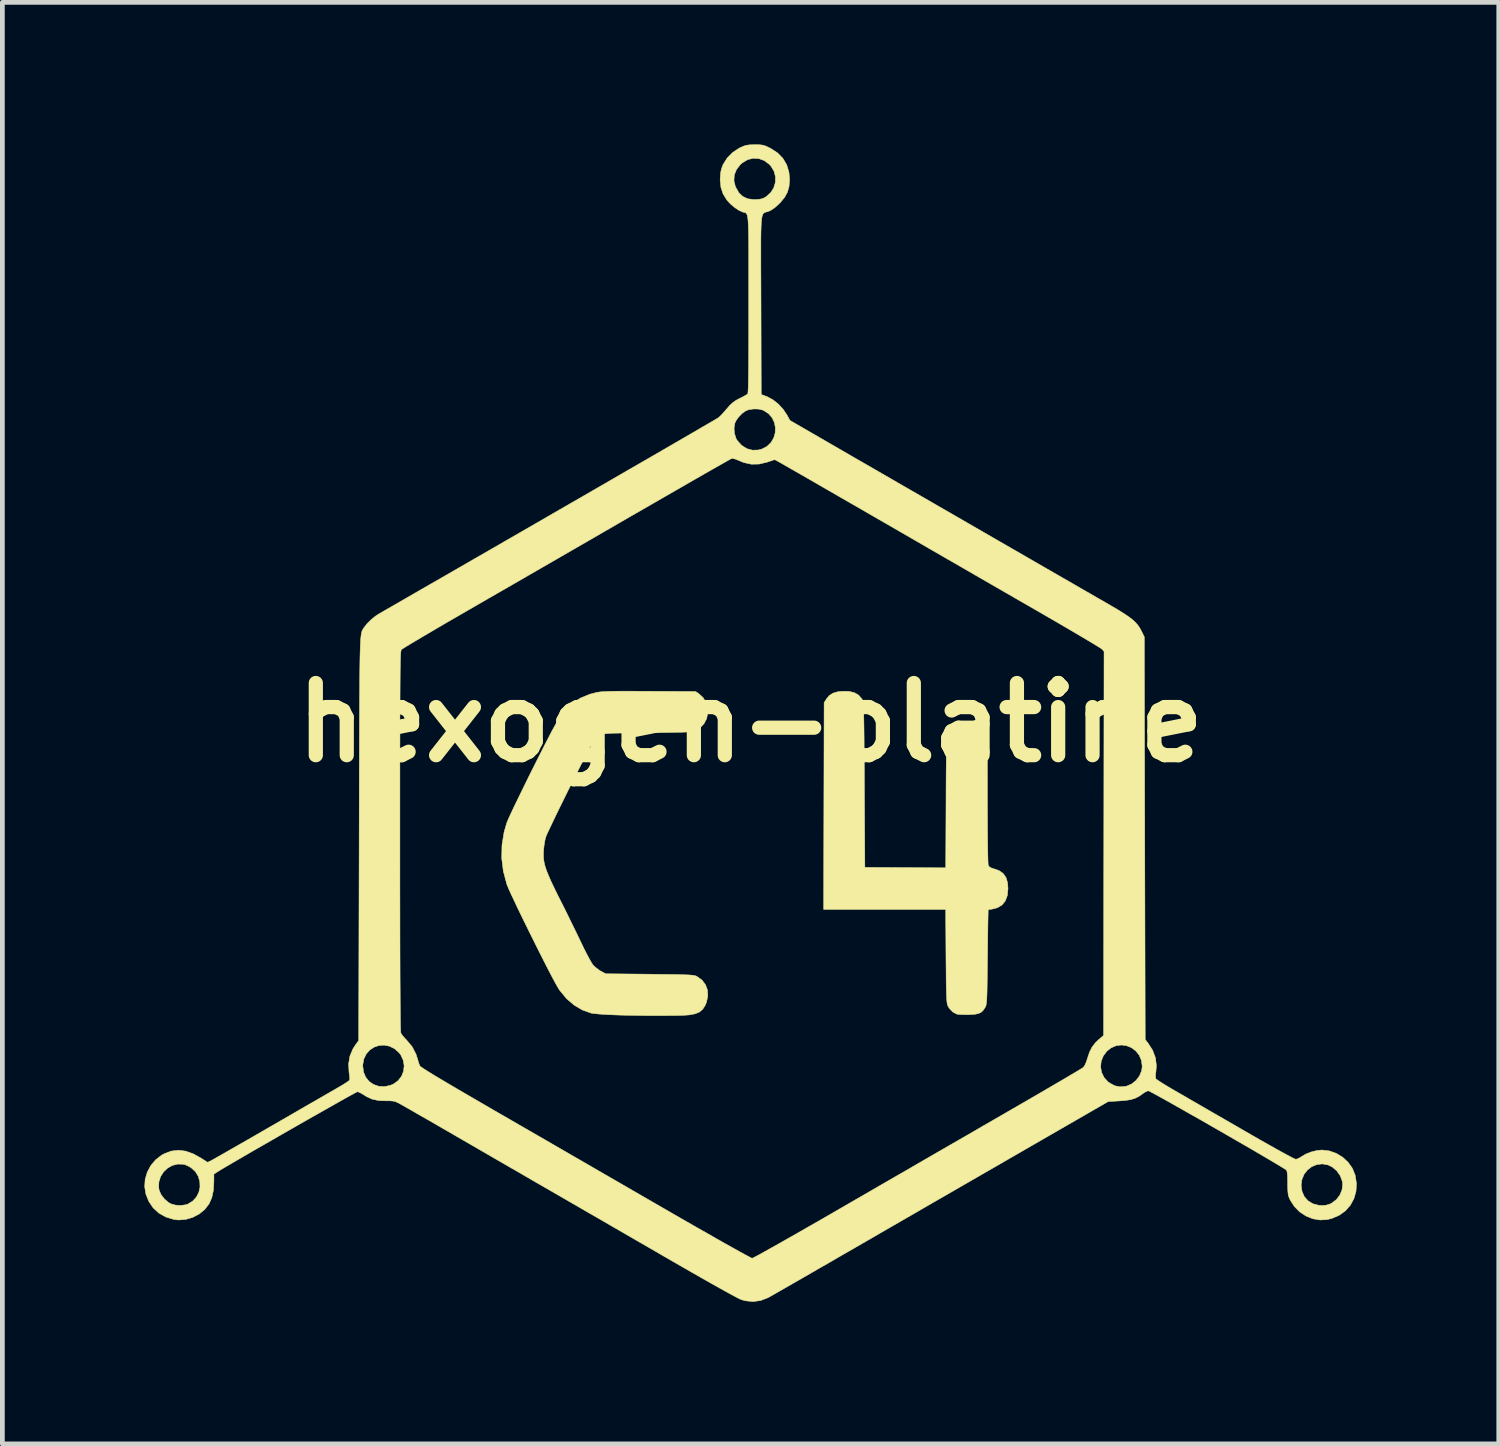
<source format=kicad_pcb>
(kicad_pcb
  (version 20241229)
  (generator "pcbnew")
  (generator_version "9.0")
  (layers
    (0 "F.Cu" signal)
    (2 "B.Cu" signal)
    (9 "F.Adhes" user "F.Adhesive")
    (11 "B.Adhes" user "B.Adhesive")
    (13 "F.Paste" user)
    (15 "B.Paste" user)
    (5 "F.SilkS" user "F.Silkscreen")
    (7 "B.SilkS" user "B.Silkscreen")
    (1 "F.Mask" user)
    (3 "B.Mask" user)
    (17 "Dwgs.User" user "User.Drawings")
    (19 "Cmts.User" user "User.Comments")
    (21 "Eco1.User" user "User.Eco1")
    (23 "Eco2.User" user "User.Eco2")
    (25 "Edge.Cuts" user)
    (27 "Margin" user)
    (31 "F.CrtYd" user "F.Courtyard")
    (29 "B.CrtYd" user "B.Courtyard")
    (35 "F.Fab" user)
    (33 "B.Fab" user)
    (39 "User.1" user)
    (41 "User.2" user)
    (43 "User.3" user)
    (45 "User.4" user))
  (footprint "hexogen-platine"
    (layer "F.Cu")
    (at 12.799 12.207)
    (property "Reference" "hexogen-platine" (at 0 0 0) (layer "F.SilkS") (effects (font (size 1.524 1.524) (thickness 0.3))))
    (attr through_hole)
    (fp_poly (pts (xy 2.078 -0.658) (xy 2.192 -0.631) (xy 2.281 -0.579) (xy 2.349 -0.501) (xy 2.36 -0.482) (xy 2.366 -0.469) (xy 2.371 -0.451) (xy 2.375 -0.426) (xy 2.379 -0.391) (xy 2.383 -0.345) (xy 2.386 -0.283) (xy 2.389 -0.205) (xy 2.391 -0.107) (xy 2.393 0.013) (xy 2.395 0.158) (xy 2.397 0.329) (xy 2.398 0.53) (xy 2.4 0.762) (xy 2.402 1.029) (xy 2.403 1.319) (xy 2.413 3.058) (xy 3.267 3.063) (xy 4.121 3.068) (xy 4.127 1.734) (xy 4.128 1.472) (xy 4.129 1.246) (xy 4.13 1.054) (xy 4.132 0.891) (xy 4.133 0.757) (xy 4.135 0.647) (xy 4.138 0.559) (xy 4.141 0.489) (xy 4.144 0.436) (xy 4.149 0.396) (xy 4.154 0.366) (xy 4.16 0.343) (xy 4.166 0.325) (xy 4.168 0.322) (xy 4.234 0.212) (xy 4.318 0.136) (xy 4.423 0.092) (xy 4.547 0.078) (xy 4.69 0.091) (xy 4.806 0.13) (xy 4.895 0.196) (xy 4.96 0.29) (xy 4.965 0.302) (xy 4.972 0.32) (xy 4.978 0.341) (xy 4.984 0.368) (xy 4.988 0.404) (xy 4.991 0.453) (xy 4.994 0.517) (xy 4.997 0.598) (xy 4.998 0.701) (xy 5 0.828) (xy 5 0.981) (xy 5.001 1.165) (xy 5.001 1.381) (xy 5.001 1.632) (xy 5.001 1.674) (xy 5.002 1.911) (xy 5.003 2.132) (xy 5.004 2.336) (xy 5.006 2.518) (xy 5.008 2.677) (xy 5.01 2.809) (xy 5.013 2.91) (xy 5.016 2.98) (xy 5.019 3.013) (xy 5.02 3.015) (xy 5.045 3.05) (xy 5.094 3.075) (xy 5.132 3.086) (xy 5.25 3.128) (xy 5.337 3.19) (xy 5.395 3.275) (xy 5.427 3.386) (xy 5.436 3.509) (xy 5.422 3.65) (xy 5.38 3.764) (xy 5.311 3.851) (xy 5.213 3.91) (xy 5.104 3.939) (xy 5.053 3.947) (xy 5.022 3.953) (xy 5.018 3.954) (xy 5.017 3.973) (xy 5.016 4.028) (xy 5.014 4.115) (xy 5.012 4.229) (xy 5.01 4.368) (xy 5.008 4.528) (xy 5.006 4.705) (xy 5.004 4.895) (xy 5.003 4.953) (xy 5.001 5.176) (xy 4.998 5.364) (xy 4.996 5.519) (xy 4.994 5.646) (xy 4.991 5.747) (xy 4.988 5.825) (xy 4.984 5.885) (xy 4.979 5.929) (xy 4.974 5.962) (xy 4.968 5.985) (xy 4.96 6.003) (xy 4.953 6.016) (xy 4.911 6.078) (xy 4.866 6.12) (xy 4.808 6.146) (xy 4.73 6.161) (xy 4.623 6.168) (xy 4.605 6.168) (xy 4.515 6.168) (xy 4.433 6.165) (xy 4.372 6.16) (xy 4.35 6.155) (xy 4.267 6.11) (xy 4.197 6.036) (xy 4.164 5.979) (xy 4.157 5.959) (xy 4.151 5.932) (xy 4.146 5.894) (xy 4.141 5.842) (xy 4.138 5.773) (xy 4.135 5.683) (xy 4.132 5.568) (xy 4.13 5.427) (xy 4.129 5.254) (xy 4.127 5.048) (xy 4.126 4.929) (xy 4.12 3.947) (xy 1.543 3.947) (xy 1.553 -0.42) (xy 1.598 -0.492) (xy 1.659 -0.568) (xy 1.737 -0.619) (xy 1.837 -0.649) (xy 1.935 -0.66) (xy 2.078 -0.658)) (stroke (width 0.01) (type solid)) (fill yes) (layer "F.SilkS"))
    (fp_poly (pts (xy -2.357 -0.661) (xy -2.129 -0.66) (xy -2.128 -0.66) (xy -1.16 -0.655) (xy -1.091 -0.607) (xy -1.003 -0.527) (xy -0.943 -0.424) (xy -0.916 -0.337) (xy -0.904 -0.207) (xy -0.927 -0.084) (xy -0.983 0.024) (xy -1.068 0.113) (xy -1.153 0.164) (xy -1.175 0.174) (xy -1.198 0.182) (xy -1.227 0.188) (xy -1.265 0.194) (xy -1.315 0.198) (xy -1.382 0.202) (xy -1.468 0.205) (xy -1.577 0.207) (xy -1.713 0.21) (xy -1.88 0.212) (xy -2.081 0.214) (xy -2.169 0.215) (xy -2.383 0.217) (xy -2.562 0.219) (xy -2.709 0.221) (xy -2.828 0.224) (xy -2.922 0.226) (xy -2.994 0.23) (xy -3.049 0.234) (xy -3.09 0.238) (xy -3.12 0.244) (xy -3.144 0.252) (xy -3.164 0.261) (xy -3.179 0.268) (xy -3.241 0.31) (xy -3.297 0.361) (xy -3.309 0.376) (xy -3.329 0.409) (xy -3.365 0.473) (xy -3.413 0.564) (xy -3.472 0.678) (xy -3.54 0.812) (xy -3.616 0.96) (xy -3.696 1.119) (xy -3.779 1.285) (xy -3.863 1.454) (xy -3.945 1.621) (xy -4.025 1.783) (xy -4.1 1.936) (xy -4.167 2.076) (xy -4.225 2.198) (xy -4.273 2.299) (xy -4.307 2.374) (xy -4.325 2.419) (xy -4.327 2.425) (xy -4.344 2.497) (xy -4.359 2.589) (xy -4.37 2.684) (xy -4.37 2.696) (xy -4.374 2.78) (xy -4.372 2.859) (xy -4.362 2.938) (xy -4.343 3.022) (xy -4.313 3.115) (xy -4.271 3.221) (xy -4.216 3.347) (xy -4.145 3.496) (xy -4.058 3.673) (xy -4.028 3.732) (xy -3.948 3.89) (xy -3.864 4.06) (xy -3.78 4.232) (xy -3.699 4.397) (xy -3.628 4.544) (xy -3.574 4.656) (xy -3.517 4.775) (xy -3.46 4.887) (xy -3.408 4.985) (xy -3.364 5.062) (xy -3.332 5.112) (xy -3.325 5.121) (xy -3.267 5.176) (xy -3.195 5.23) (xy -3.158 5.252) (xy -3.058 5.305) (xy -2.13 5.314) (xy -1.914 5.317) (xy -1.734 5.319) (xy -1.585 5.321) (xy -1.466 5.324) (xy -1.371 5.327) (xy -1.298 5.33) (xy -1.243 5.334) (xy -1.202 5.339) (xy -1.173 5.345) (xy -1.15 5.353) (xy -1.133 5.361) (xy -1.027 5.437) (xy -0.953 5.534) (xy -0.911 5.646) (xy -0.903 5.77) (xy -0.93 5.902) (xy -0.959 5.973) (xy -1.011 6.054) (xy -1.079 6.112) (xy -1.17 6.15) (xy -1.29 6.173) (xy -1.325 6.176) (xy -1.406 6.181) (xy -1.519 6.185) (xy -1.661 6.187) (xy -1.823 6.188) (xy -2.001 6.189) (xy -2.189 6.188) (xy -2.38 6.185) (xy -2.569 6.182) (xy -2.75 6.178) (xy -2.892 6.173) (xy -3.017 6.168) (xy -3.136 6.16) (xy -3.24 6.152) (xy -3.321 6.143) (xy -3.37 6.135) (xy -3.554 6.069) (xy -3.726 5.967) (xy -3.884 5.832) (xy -4.023 5.664) (xy -4.047 5.631) (xy -4.077 5.58) (xy -4.123 5.498) (xy -4.181 5.39) (xy -4.25 5.259) (xy -4.327 5.109) (xy -4.41 4.946) (xy -4.498 4.772) (xy -4.587 4.592) (xy -4.677 4.411) (xy -4.765 4.232) (xy -4.849 4.06) (xy -4.927 3.899) (xy -4.996 3.752) (xy -5.056 3.625) (xy -5.103 3.522) (xy -5.135 3.446) (xy -5.148 3.411) (xy -5.221 3.137) (xy -5.255 2.862) (xy -5.249 2.588) (xy -5.205 2.315) (xy -5.15 2.123) (xy -5.132 2.078) (xy -5.098 2.001) (xy -5.05 1.898) (xy -4.99 1.77) (xy -4.918 1.622) (xy -4.838 1.458) (xy -4.751 1.28) (xy -4.659 1.093) (xy -4.583 0.942) (xy -4.465 0.707) (xy -4.362 0.503) (xy -4.273 0.33) (xy -4.196 0.182) (xy -4.129 0.059) (xy -4.071 -0.044) (xy -4.02 -0.129) (xy -3.973 -0.198) (xy -3.931 -0.255) (xy -3.889 -0.302) (xy -3.848 -0.343) (xy -3.805 -0.379) (xy -3.758 -0.415) (xy -3.756 -0.417) (xy -3.587 -0.519) (xy -3.398 -0.597) (xy -3.253 -0.635) (xy -3.212 -0.642) (xy -3.164 -0.648) (xy -3.107 -0.653) (xy -3.037 -0.656) (xy -2.949 -0.659) (xy -2.841 -0.661) (xy -2.709 -0.662) (xy -2.549 -0.662) (xy -2.357 -0.661)) (stroke (width 0.01) (type solid)) (fill yes) (layer "F.SilkS"))
    (fp_poly (pts (xy 0.178 -12.201) (xy 0.242 -12.195) (xy 0.296 -12.182) (xy 0.355 -12.157) (xy 0.422 -12.124) (xy 0.568 -12.03) (xy 0.682 -11.914) (xy 0.763 -11.777) (xy 0.81 -11.621) (xy 0.824 -11.469) (xy 0.813 -11.324) (xy 0.779 -11.2) (xy 0.717 -11.087) (xy 0.622 -10.974) (xy 0.607 -10.959) (xy 0.511 -10.872) (xy 0.427 -10.816) (xy 0.381 -10.795) (xy 0.353 -10.786) (xy 0.329 -10.78) (xy 0.308 -10.774) (xy 0.289 -10.766) (xy 0.273 -10.753) (xy 0.26 -10.734) (xy 0.249 -10.706) (xy 0.239 -10.666) (xy 0.232 -10.612) (xy 0.226 -10.543) (xy 0.222 -10.455) (xy 0.219 -10.347) (xy 0.217 -10.216) (xy 0.217 -10.06) (xy 0.217 -9.876) (xy 0.217 -9.662) (xy 0.218 -9.417) (xy 0.219 -9.136) (xy 0.22 -8.819) (xy 0.22 -8.815) (xy 0.225 -6.928) (xy 0.349 -6.881) (xy 0.468 -6.818) (xy 0.585 -6.726) (xy 0.689 -6.613) (xy 0.767 -6.497) (xy 0.832 -6.379) (xy 1.925 -5.747) (xy 2.118 -5.635) (xy 2.335 -5.51) (xy 2.573 -5.373) (xy 2.829 -5.225) (xy 3.101 -5.068) (xy 3.385 -4.904) (xy 3.68 -4.734) (xy 3.981 -4.56) (xy 4.288 -4.383) (xy 4.596 -4.205) (xy 4.903 -4.028) (xy 5.207 -3.852) (xy 5.504 -3.681) (xy 5.792 -3.515) (xy 6.069 -3.355) (xy 6.331 -3.204) (xy 6.576 -3.063) (xy 6.8 -2.934) (xy 7.002 -2.817) (xy 7.179 -2.716) (xy 7.327 -2.63) (xy 7.445 -2.563) (xy 7.452 -2.559) (xy 7.629 -2.456) (xy 7.776 -2.369) (xy 7.895 -2.294) (xy 7.99 -2.229) (xy 8.066 -2.171) (xy 8.125 -2.117) (xy 8.172 -2.064) (xy 8.211 -2.009) (xy 8.244 -1.95) (xy 8.25 -1.938) (xy 8.314 -1.808) (xy 8.323 2.443) (xy 8.333 6.694) (xy 8.394 6.771) (xy 8.49 6.921) (xy 8.549 7.079) (xy 8.569 7.242) (xy 8.56 7.364) (xy 8.551 7.438) (xy 8.551 7.496) (xy 8.557 7.52) (xy 8.578 7.539) (xy 8.628 7.573) (xy 8.702 7.621) (xy 8.794 7.677) (xy 8.9 7.74) (xy 8.942 7.764) (xy 9.026 7.813) (xy 9.14 7.878) (xy 9.279 7.959) (xy 9.439 8.051) (xy 9.616 8.154) (xy 9.805 8.263) (xy 10.003 8.377) (xy 10.204 8.493) (xy 10.387 8.599) (xy 10.586 8.714) (xy 10.773 8.821) (xy 10.945 8.918) (xy 11.099 9.005) (xy 11.233 9.079) (xy 11.344 9.139) (xy 11.429 9.184) (xy 11.486 9.212) (xy 11.512 9.222) (xy 11.512 9.222) (xy 11.556 9.211) (xy 11.611 9.181) (xy 11.637 9.164) (xy 11.727 9.111) (xy 11.84 9.067) (xy 11.959 9.037) (xy 12.064 9.027) (xy 12.219 9.045) (xy 12.368 9.097) (xy 12.502 9.179) (xy 12.617 9.285) (xy 12.707 9.411) (xy 12.765 9.554) (xy 12.768 9.563) (xy 12.794 9.736) (xy 12.784 9.901) (xy 12.74 10.054) (xy 12.665 10.192) (xy 12.562 10.309) (xy 12.432 10.403) (xy 12.277 10.47) (xy 12.178 10.495) (xy 12.024 10.504) (xy 11.871 10.478) (xy 11.726 10.419) (xy 11.594 10.332) (xy 11.482 10.218) (xy 11.395 10.083) (xy 11.373 10.034) (xy 11.358 9.991) (xy 11.349 9.942) (xy 11.344 9.879) (xy 11.341 9.792) (xy 11.341 9.769) (xy 11.626 9.769) (xy 11.644 9.9) (xy 11.693 10.011) (xy 11.771 10.099) (xy 11.874 10.162) (xy 11.999 10.194) (xy 12.062 10.198) (xy 12.152 10.192) (xy 12.229 10.169) (xy 12.273 10.147) (xy 12.37 10.074) (xy 12.444 9.977) (xy 12.489 9.867) (xy 12.502 9.75) (xy 12.495 9.688) (xy 12.452 9.571) (xy 12.38 9.468) (xy 12.286 9.387) (xy 12.194 9.342) (xy 12.073 9.32) (xy 11.957 9.334) (xy 11.85 9.378) (xy 11.758 9.449) (xy 11.686 9.542) (xy 11.641 9.655) (xy 11.626 9.769) (xy 11.341 9.769) (xy 11.341 9.725) (xy 11.339 9.613) (xy 11.335 9.535) (xy 11.328 9.484) (xy 11.317 9.455) (xy 11.312 9.448) (xy 11.286 9.43) (xy 11.23 9.395) (xy 11.147 9.344) (xy 11.039 9.28) (xy 10.91 9.204) (xy 10.763 9.117) (xy 10.601 9.022) (xy 10.426 8.921) (xy 10.242 8.815) (xy 10.052 8.705) (xy 9.859 8.594) (xy 9.666 8.483) (xy 9.476 8.374) (xy 9.291 8.27) (xy 9.116 8.17) (xy 8.953 8.078) (xy 8.806 7.995) (xy 8.676 7.923) (xy 8.568 7.863) (xy 8.484 7.818) (xy 8.427 7.788) (xy 8.4 7.776) (xy 8.399 7.776) (xy 8.36 7.788) (xy 8.308 7.818) (xy 8.284 7.835) (xy 8.202 7.893) (xy 8.119 7.934) (xy 8.026 7.963) (xy 7.911 7.98) (xy 7.787 7.99) (xy 7.552 8.003) (xy 5.998 8.899) (xy 5.759 9.037) (xy 5.492 9.191) (xy 5.2 9.36) (xy 4.889 9.539) (xy 4.563 9.727) (xy 4.229 9.92) (xy 3.89 10.115) (xy 3.552 10.311) (xy 3.219 10.503) (xy 2.896 10.689) (xy 2.589 10.867) (xy 2.442 10.952) (xy 2.184 11.101) (xy 1.933 11.245) (xy 1.694 11.384) (xy 1.467 11.514) (xy 1.256 11.636) (xy 1.062 11.748) (xy 0.887 11.848) (xy 0.734 11.936) (xy 0.605 12.01) (xy 0.502 12.069) (xy 0.427 12.112) (xy 0.382 12.137) (xy 0.371 12.144) (xy 0.212 12.205) (xy 0.051 12.227) (xy -0.111 12.21) (xy -0.195 12.186) (xy -0.234 12.169) (xy -0.304 12.133) (xy -0.403 12.08) (xy -0.527 12.012) (xy -0.676 11.929) (xy -0.846 11.834) (xy -1.034 11.727) (xy -1.239 11.61) (xy -1.457 11.485) (xy -1.651 11.373) (xy -1.892 11.234) (xy -2.147 11.086) (xy -2.41 10.934) (xy -2.677 10.78) (xy -2.94 10.628) (xy -3.194 10.48) (xy -3.435 10.342) (xy -3.655 10.214) (xy -3.85 10.102) (xy -3.927 10.057) (xy -4.126 9.942) (xy -4.332 9.823) (xy -4.541 9.703) (xy -4.745 9.584) (xy -4.94 9.471) (xy -5.12 9.368) (xy -5.278 9.276) (xy -5.409 9.201) (xy -5.422 9.193) (xy -5.769 8.992) (xy -6.084 8.81) (xy -6.367 8.646) (xy -6.618 8.501) (xy -6.836 8.375) (xy -7.022 8.269) (xy -7.174 8.181) (xy -7.294 8.113) (xy -7.38 8.064) (xy -7.433 8.035) (xy -7.444 8.029) (xy -7.497 8.006) (xy -7.549 7.993) (xy -7.615 7.988) (xy -7.696 7.988) (xy -7.854 7.982) (xy -7.989 7.953) (xy -8.11 7.898) (xy -8.164 7.864) (xy -8.223 7.828) (xy -8.275 7.803) (xy -8.302 7.796) (xy -8.322 7.805) (xy -8.374 7.833) (xy -8.453 7.876) (xy -8.558 7.934) (xy -8.684 8.005) (xy -8.829 8.087) (xy -8.989 8.178) (xy -9.163 8.276) (xy -9.347 8.38) (xy -9.537 8.489) (xy -9.731 8.6) (xy -9.926 8.712) (xy -10.119 8.823) (xy -10.307 8.931) (xy -10.487 9.034) (xy -10.655 9.132) (xy -10.81 9.222) (xy -10.947 9.302) (xy -11.065 9.371) (xy -11.159 9.426) (xy -11.227 9.468) (xy -11.259 9.488) (xy -11.332 9.535) (xy -11.333 9.706) (xy -11.344 9.883) (xy -11.377 10.033) (xy -11.434 10.162) (xy -11.437 10.167) (xy -11.527 10.283) (xy -11.644 10.378) (xy -11.78 10.449) (xy -11.927 10.492) (xy -12.078 10.504) (xy -12.177 10.493) (xy -12.347 10.441) (xy -12.493 10.36) (xy -12.614 10.249) (xy -12.707 10.112) (xy -12.769 9.956) (xy -12.791 9.821) (xy -12.498 9.821) (xy -12.486 9.883) (xy -12.447 9.97) (xy -12.381 10.056) (xy -12.3 10.128) (xy -12.241 10.163) (xy -12.145 10.19) (xy -12.034 10.197) (xy -11.928 10.183) (xy -11.884 10.169) (xy -11.78 10.106) (xy -11.702 10.021) (xy -11.65 9.919) (xy -11.626 9.808) (xy -11.63 9.694) (xy -11.662 9.583) (xy -11.722 9.484) (xy -11.812 9.401) (xy -11.817 9.398) (xy -11.881 9.362) (xy -11.945 9.335) (xy -11.971 9.328) (xy -12.094 9.323) (xy -12.209 9.352) (xy -12.311 9.409) (xy -12.396 9.49) (xy -12.459 9.589) (xy -12.494 9.701) (xy -12.498 9.821) (xy -12.791 9.821) (xy -12.794 9.801) (xy -12.784 9.646) (xy -12.74 9.496) (xy -12.666 9.357) (xy -12.564 9.235) (xy -12.437 9.136) (xy -12.378 9.104) (xy -12.231 9.049) (xy -12.082 9.031) (xy -11.929 9.05) (xy -11.77 9.106) (xy -11.609 9.195) (xy -11.466 9.286) (xy -11.399 9.255) (xy -11.371 9.24) (xy -11.313 9.207) (xy -11.226 9.158) (xy -11.114 9.094) (xy -10.98 9.017) (xy -10.826 8.929) (xy -10.656 8.832) (xy -10.472 8.726) (xy -10.278 8.614) (xy -10.126 8.526) (xy -9.92 8.407) (xy -9.719 8.291) (xy -9.526 8.179) (xy -9.344 8.074) (xy -9.177 7.978) (xy -9.029 7.893) (xy -8.902 7.819) (xy -8.8 7.761) (xy -8.727 7.718) (xy -8.697 7.701) (xy -8.614 7.652) (xy -8.543 7.607) (xy -8.492 7.572) (xy -8.467 7.551) (xy -8.466 7.549) (xy -8.464 7.519) (xy -8.469 7.462) (xy -8.478 7.39) (xy -8.479 7.385) (xy -8.486 7.25) (xy -8.189 7.25) (xy -8.173 7.38) (xy -8.126 7.49) (xy -8.053 7.58) (xy -7.959 7.644) (xy -7.85 7.681) (xy -7.731 7.688) (xy -7.606 7.661) (xy -7.542 7.634) (xy -7.443 7.563) (xy -7.371 7.471) (xy -7.328 7.363) (xy -7.315 7.248) (xy -7.334 7.132) (xy -7.384 7.022) (xy -7.419 6.975) (xy -7.516 6.888) (xy -7.622 6.835) (xy -7.733 6.812) (xy -7.844 6.819) (xy -7.948 6.854) (xy -8.04 6.914) (xy -8.114 6.997) (xy -8.166 7.102) (xy -8.189 7.227) (xy -8.189 7.25) (xy -8.486 7.25) (xy -8.488 7.208) (xy -8.46 7.042) (xy -8.394 6.886) (xy -8.325 6.781) (xy -8.275 6.715) (xy -8.265 2.502) (xy -7.405 2.502) (xy -7.405 3.014) (xy -7.405 3.495) (xy -7.404 3.942) (xy -7.404 4.355) (xy -7.403 4.735) (xy -7.402 5.08) (xy -7.401 5.39) (xy -7.399 5.664) (xy -7.398 5.903) (xy -7.396 6.105) (xy -7.394 6.271) (xy -7.392 6.399) (xy -7.39 6.489) (xy -7.387 6.541) (xy -7.386 6.554) (xy -7.362 6.593) (xy -7.319 6.647) (xy -7.265 6.704) (xy -7.261 6.708) (xy -7.145 6.847) (xy -7.064 7.004) (xy -7.032 7.105) (xy -7.013 7.172) (xy -6.992 7.231) (xy -6.984 7.249) (xy -6.968 7.264) (xy -6.931 7.291) (xy -6.87 7.331) (xy -6.785 7.385) (xy -6.674 7.453) (xy -6.536 7.535) (xy -6.371 7.633) (xy -6.176 7.748) (xy -5.951 7.879) (xy -5.695 8.028) (xy -5.406 8.196) (xy -5.321 8.245) (xy -5.056 8.398) (xy -4.762 8.568) (xy -4.446 8.75) (xy -4.114 8.942) (xy -3.77 9.141) (xy -3.422 9.342) (xy -3.074 9.544) (xy -2.732 9.741) (xy -2.402 9.932) (xy -2.091 10.112) (xy -1.848 10.252) (xy -1.601 10.395) (xy -1.363 10.532) (xy -1.136 10.662) (xy -0.922 10.783) (xy -0.725 10.896) (xy -0.545 10.998) (xy -0.385 11.087) (xy -0.248 11.164) (xy -0.135 11.226) (xy -0.049 11.272) (xy 0.007 11.302) (xy 0.033 11.313) (xy 0.033 11.313) (xy 0.056 11.303) (xy 0.11 11.275) (xy 0.194 11.23) (xy 0.304 11.169) (xy 0.44 11.093) (xy 0.599 11.004) (xy 0.778 10.902) (xy 0.976 10.79) (xy 1.19 10.667) (xy 1.418 10.537) (xy 1.658 10.399) (xy 1.908 10.254) (xy 1.998 10.202) (xy 2.291 10.033) (xy 2.603 9.852) (xy 2.928 9.664) (xy 3.262 9.472) (xy 3.598 9.277) (xy 3.933 9.083) (xy 4.261 8.894) (xy 4.577 8.712) (xy 4.875 8.539) (xy 5.151 8.38) (xy 5.4 8.236) (xy 5.451 8.206) (xy 5.677 8.076) (xy 5.894 7.95) (xy 6.099 7.831) (xy 6.291 7.719) (xy 6.465 7.617) (xy 6.621 7.526) (xy 6.755 7.446) (xy 6.866 7.381) (xy 6.95 7.33) (xy 7.005 7.296) (xy 7.029 7.28) (xy 7.029 7.28) (xy 7.034 7.272) (xy 7.392 7.272) (xy 7.412 7.388) (xy 7.464 7.495) (xy 7.547 7.586) (xy 7.574 7.606) (xy 7.685 7.668) (xy 7.796 7.692) (xy 7.917 7.682) (xy 7.942 7.677) (xy 8.049 7.631) (xy 8.142 7.556) (xy 8.214 7.459) (xy 8.259 7.349) (xy 8.27 7.259) (xy 8.253 7.133) (xy 8.206 7.024) (xy 8.135 6.935) (xy 8.046 6.867) (xy 7.943 6.825) (xy 7.833 6.809) (xy 7.721 6.823) (xy 7.613 6.869) (xy 7.525 6.938) (xy 7.448 7.04) (xy 7.403 7.154) (xy 7.392 7.272) (xy 7.034 7.272) (xy 7.058 7.237) (xy 7.089 7.166) (xy 7.113 7.092) (xy 7.158 6.958) (xy 7.212 6.851) (xy 7.282 6.761) (xy 7.351 6.695) (xy 7.454 6.607) (xy 7.464 -1.502) (xy 7.42 -1.55) (xy 7.397 -1.567) (xy 7.342 -1.601) (xy 7.258 -1.653) (xy 7.149 -1.719) (xy 7.015 -1.798) (xy 6.86 -1.89) (xy 6.686 -1.992) (xy 6.496 -2.103) (xy 6.292 -2.221) (xy 6.078 -2.345) (xy 5.891 -2.453) (xy 5.649 -2.592) (xy 5.379 -2.748) (xy 5.086 -2.917) (xy 4.775 -3.096) (xy 4.452 -3.283) (xy 4.122 -3.473) (xy 3.791 -3.664) (xy 3.464 -3.853) (xy 3.146 -4.037) (xy 2.843 -4.212) (xy 2.6 -4.352) (xy 2.353 -4.495) (xy 2.113 -4.633) (xy 1.882 -4.766) (xy 1.664 -4.892) (xy 1.461 -5.009) (xy 1.274 -5.117) (xy 1.107 -5.213) (xy 0.962 -5.296) (xy 0.841 -5.365) (xy 0.748 -5.419) (xy 0.683 -5.456) (xy 0.652 -5.474) (xy 0.509 -5.552) (xy 0.352 -5.499) (xy 0.18 -5.458) (xy 0.016 -5.455) (xy -0.144 -5.49) (xy -0.234 -5.527) (xy -0.315 -5.561) (xy -0.376 -5.576) (xy -0.4 -5.575) (xy -0.422 -5.564) (xy -0.475 -5.535) (xy -0.558 -5.488) (xy -0.669 -5.425) (xy -0.805 -5.348) (xy -0.964 -5.257) (xy -1.144 -5.154) (xy -1.344 -5.039) (xy -1.561 -4.914) (xy -1.792 -4.781) (xy -2.037 -4.64) (xy -2.292 -4.493) (xy -2.511 -4.367) (xy -2.807 -4.196) (xy -3.116 -4.017) (xy -3.434 -3.833) (xy -3.757 -3.647) (xy -4.08 -3.46) (xy -4.399 -3.276) (xy -4.709 -3.097) (xy -5.007 -2.925) (xy -5.288 -2.763) (xy -5.547 -2.614) (xy -5.781 -2.479) (xy -5.959 -2.376) (xy -6.173 -2.252) (xy -6.378 -2.134) (xy -6.57 -2.022) (xy -6.748 -1.917) (xy -6.909 -1.823) (xy -7.05 -1.739) (xy -7.169 -1.668) (xy -7.263 -1.611) (xy -7.329 -1.57) (xy -7.365 -1.546) (xy -7.371 -1.541) (xy -7.375 -1.535) (xy -7.379 -1.525) (xy -7.382 -1.51) (xy -7.385 -1.488) (xy -7.388 -1.458) (xy -7.39 -1.418) (xy -7.392 -1.367) (xy -7.395 -1.302) (xy -7.396 -1.223) (xy -7.398 -1.127) (xy -7.399 -1.013) (xy -7.4 -0.881) (xy -7.401 -0.727) (xy -7.402 -0.55) (xy -7.403 -0.349) (xy -7.404 -0.123) (xy -7.404 0.131) (xy -7.404 0.414) (xy -7.405 0.727) (xy -7.405 1.073) (xy -7.405 1.452) (xy -7.405 1.867) (xy -7.405 2.318) (xy -7.405 2.502) (xy -8.265 2.502) (xy -8.265 2.454) (xy -8.264 1.97) (xy -8.263 1.524) (xy -8.262 1.113) (xy -8.261 0.738) (xy -8.26 0.395) (xy -8.259 0.083) (xy -8.258 -0.199) (xy -8.257 -0.453) (xy -8.255 -0.68) (xy -8.254 -0.883) (xy -8.252 -1.062) (xy -8.25 -1.219) (xy -8.248 -1.355) (xy -8.245 -1.473) (xy -8.242 -1.574) (xy -8.238 -1.658) (xy -8.235 -1.729) (xy -8.23 -1.788) (xy -8.225 -1.835) (xy -8.219 -1.873) (xy -8.213 -1.903) (xy -8.206 -1.927) (xy -8.199 -1.946) (xy -8.19 -1.962) (xy -8.181 -1.976) (xy -8.172 -1.99) (xy -8.161 -2.006) (xy -8.157 -2.012) (xy -8.097 -2.089) (xy -8.014 -2.171) (xy -7.922 -2.246) (xy -7.853 -2.291) (xy -7.825 -2.307) (xy -7.765 -2.342) (xy -7.676 -2.393) (xy -7.56 -2.46) (xy -7.419 -2.541) (xy -7.255 -2.636) (xy -7.071 -2.742) (xy -6.87 -2.858) (xy -6.652 -2.983) (xy -6.421 -3.116) (xy -6.178 -3.256) (xy -5.927 -3.401) (xy -5.852 -3.444) (xy -5.517 -3.637) (xy -5.181 -3.831) (xy -4.844 -4.025) (xy -4.508 -4.219) (xy -4.176 -4.411) (xy -3.848 -4.6) (xy -3.527 -4.785) (xy -3.214 -4.966) (xy -2.911 -5.141) (xy -2.62 -5.31) (xy -2.342 -5.47) (xy -2.079 -5.622) (xy -1.834 -5.764) (xy -1.607 -5.896) (xy -1.401 -6.015) (xy -1.217 -6.122) (xy -1.057 -6.215) (xy -1.055 -6.217) (xy -0.349 -6.217) (xy -0.34 -6.104) (xy -0.307 -6) (xy -0.279 -5.952) (xy -0.187 -5.851) (xy -0.079 -5.783) (xy 0.039 -5.751) (xy 0.165 -5.755) (xy 0.237 -5.774) (xy 0.347 -5.831) (xy 0.43 -5.911) (xy 0.488 -6.008) (xy 0.519 -6.115) (xy 0.524 -6.227) (xy 0.502 -6.337) (xy 0.453 -6.438) (xy 0.377 -6.525) (xy 0.274 -6.591) (xy 0.26 -6.597) (xy 0.173 -6.619) (xy 0.071 -6.622) (xy -0.028 -6.609) (xy -0.095 -6.586) (xy -0.176 -6.53) (xy -0.251 -6.454) (xy -0.31 -6.37) (xy -0.332 -6.32) (xy -0.349 -6.217) (xy -1.055 -6.217) (xy -0.922 -6.294) (xy -0.815 -6.356) (xy -0.737 -6.402) (xy -0.69 -6.43) (xy -0.677 -6.438) (xy -0.647 -6.465) (xy -0.599 -6.514) (xy -0.543 -6.578) (xy -0.507 -6.619) (xy -0.438 -6.698) (xy -0.377 -6.754) (xy -0.315 -6.799) (xy -0.237 -6.841) (xy -0.234 -6.842) (xy -0.163 -6.878) (xy -0.105 -6.91) (xy -0.068 -6.932) (xy -0.064 -6.936) (xy -0.059 -6.947) (xy -0.055 -6.975) (xy -0.052 -7.02) (xy -0.049 -7.085) (xy -0.047 -7.173) (xy -0.045 -7.284) (xy -0.043 -7.421) (xy -0.042 -7.585) (xy -0.041 -7.78) (xy -0.04 -8.006) (xy -0.039 -8.265) (xy -0.039 -8.56) (xy -0.039 -8.829) (xy -0.039 -9.145) (xy -0.039 -9.425) (xy -0.039 -9.67) (xy -0.039 -9.883) (xy -0.04 -10.066) (xy -0.041 -10.222) (xy -0.043 -10.352) (xy -0.046 -10.459) (xy -0.05 -10.546) (xy -0.055 -10.615) (xy -0.061 -10.667) (xy -0.069 -10.706) (xy -0.079 -10.733) (xy -0.091 -10.751) (xy -0.105 -10.762) (xy -0.121 -10.769) (xy -0.139 -10.774) (xy -0.16 -10.778) (xy -0.176 -10.783) (xy -0.252 -10.819) (xy -0.338 -10.877) (xy -0.423 -10.949) (xy -0.493 -11.024) (xy -0.501 -11.034) (xy -0.58 -11.163) (xy -0.626 -11.3) (xy -0.64 -11.44) (xy -0.351 -11.44) (xy -0.321 -11.317) (xy -0.253 -11.196) (xy -0.245 -11.184) (xy -0.163 -11.107) (xy -0.061 -11.06) (xy 0.065 -11.043) (xy 0.109 -11.043) (xy 0.195 -11.05) (xy 0.257 -11.065) (xy 0.312 -11.093) (xy 0.329 -11.103) (xy 0.424 -11.188) (xy 0.489 -11.29) (xy 0.523 -11.404) (xy 0.526 -11.523) (xy 0.496 -11.639) (xy 0.433 -11.745) (xy 0.395 -11.787) (xy 0.29 -11.866) (xy 0.175 -11.908) (xy 0.056 -11.915) (xy -0.062 -11.886) (xy -0.173 -11.82) (xy -0.218 -11.78) (xy -0.299 -11.675) (xy -0.344 -11.56) (xy -0.351 -11.44) (xy -0.64 -11.44) (xy -0.642 -11.453) (xy -0.64 -11.508) (xy -0.632 -11.611) (xy -0.615 -11.692) (xy -0.587 -11.767) (xy -0.579 -11.786) (xy -0.495 -11.919) (xy -0.381 -12.035) (xy -0.245 -12.126) (xy -0.215 -12.141) (xy -0.147 -12.171) (xy -0.09 -12.189) (xy -0.028 -12.198) (xy 0.052 -12.201) (xy 0.09 -12.202) (xy 0.178 -12.201)) (stroke (width 0.01) (type solid)) (fill yes) (layer "F.SilkS")))
  (gr_rect
    (start -3 -3)
    (end 28.598 27.439)
    (stroke (width 0.1) (type default))
    (fill no)
    (layer "Edge.Cuts")))
</source>
